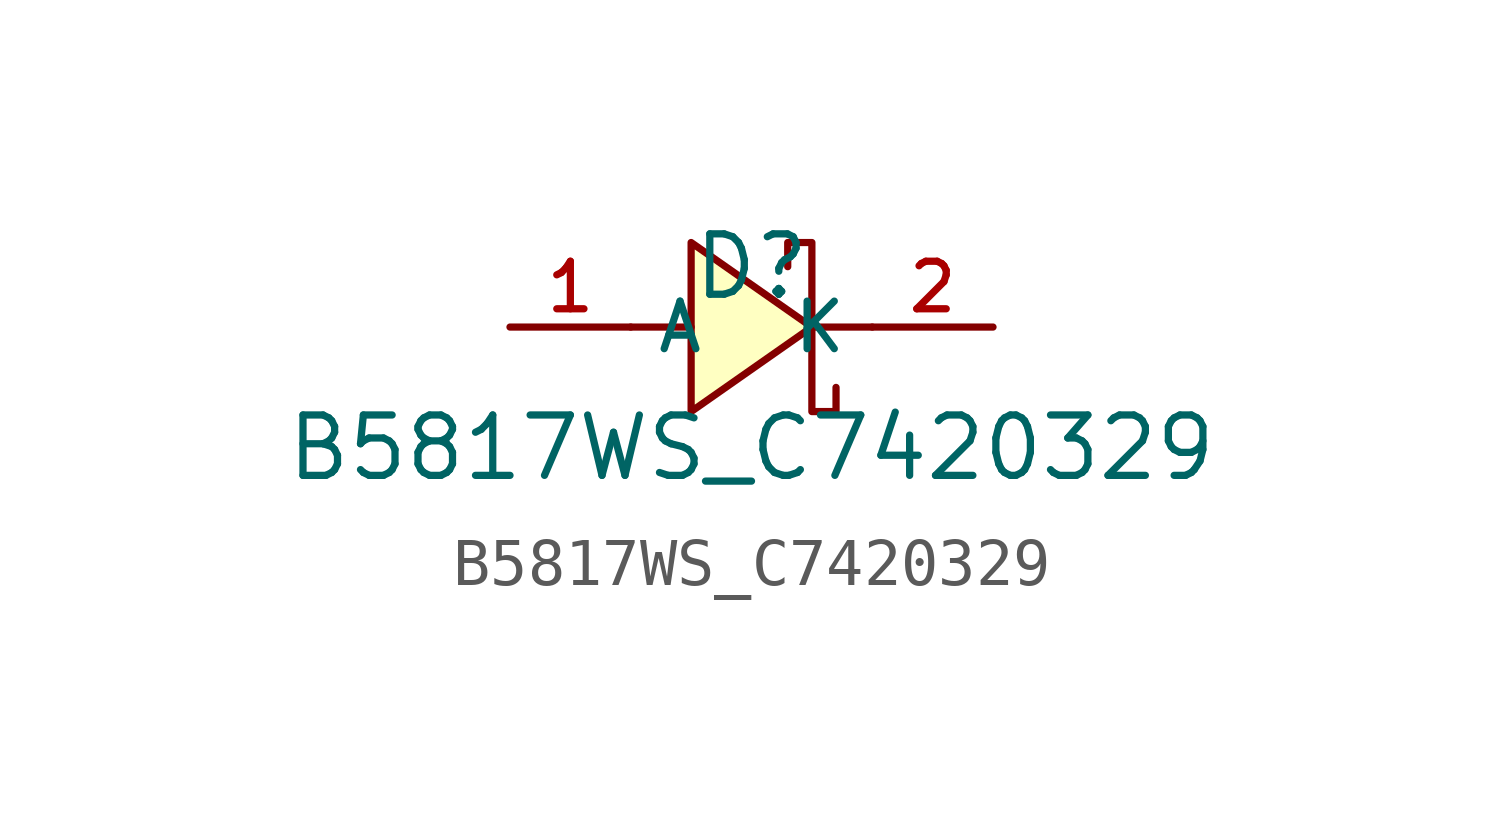
<source format=kicad_sym>
(kicad_symbol_lib
  (version 20210201)
  (generator TousstNicolas/JLC2KiCad_lib)
  (symbol "B5817WS_C7420329"
    (property "Reference" "D"
      (at 0 1.27 0)
      (effects (font (size 1.27 1.27))))
    (property "Value" "B5817WS_C7420329"
      (at 0 -2.54 0)
      (effects (font (size 1.27 1.27))))
    (symbol "B5817WS_C7420329_0_1"
      (pin unspecified line (at -5.08 -0.0 0) (length 2.54) (name "A" (effects (font (size 1 1)))) (number "1" (effects (font (size 1 1)))))
      (pin unspecified line (at 5.08 -0.0 180) (length 2.54) (name "K" (effects (font (size 1 1)))) (number "2" (effects (font (size 1 1)))))
      (polyline (pts (xy 1.778 -1.27) (xy 1.778 -1.778) (xy 1.27 -1.778) (xy 1.27 1.778) (xy 0.762 1.778) (xy 0.762 1.27)) (stroke (width 0) (type default) (color 0 0 0 0)) (fill (type none)))
      (polyline (pts (xy -2.54 -0.0) (xy -1.27 -0.0)) (stroke (width 0) (type default) (color 0 0 0 0)) (fill (type none)))
      (polyline (pts (xy 1.27 -0.0) (xy 2.54 -0.0)) (stroke (width 0) (type default) (color 0 0 0 0)) (fill (type none)))
      (polyline (pts (xy -1.27 -1.778) (xy 1.27 -0.0) (xy -1.27 1.778) (xy -1.27 -1.778)) (stroke (width 0) (type default) (color 0 0 0 0)) (fill (type background))))))
</source>
